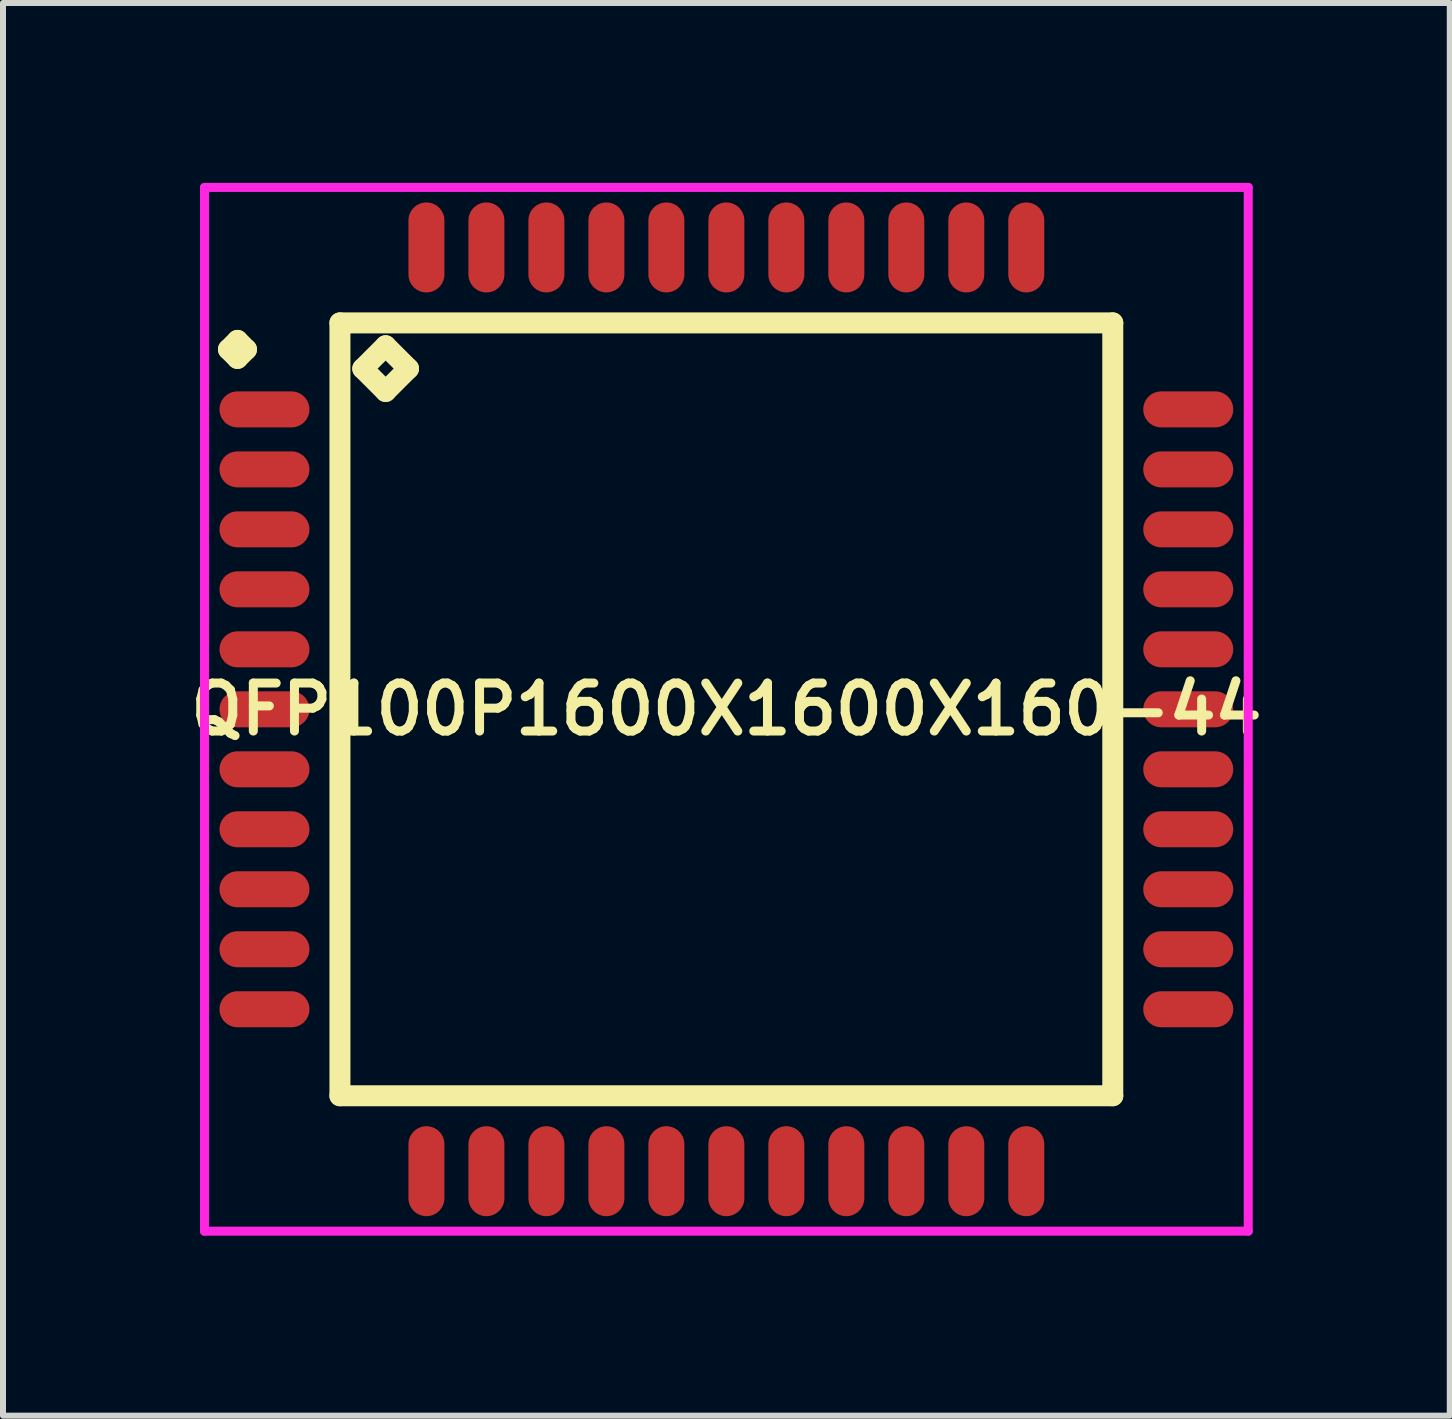
<source format=kicad_pcb>
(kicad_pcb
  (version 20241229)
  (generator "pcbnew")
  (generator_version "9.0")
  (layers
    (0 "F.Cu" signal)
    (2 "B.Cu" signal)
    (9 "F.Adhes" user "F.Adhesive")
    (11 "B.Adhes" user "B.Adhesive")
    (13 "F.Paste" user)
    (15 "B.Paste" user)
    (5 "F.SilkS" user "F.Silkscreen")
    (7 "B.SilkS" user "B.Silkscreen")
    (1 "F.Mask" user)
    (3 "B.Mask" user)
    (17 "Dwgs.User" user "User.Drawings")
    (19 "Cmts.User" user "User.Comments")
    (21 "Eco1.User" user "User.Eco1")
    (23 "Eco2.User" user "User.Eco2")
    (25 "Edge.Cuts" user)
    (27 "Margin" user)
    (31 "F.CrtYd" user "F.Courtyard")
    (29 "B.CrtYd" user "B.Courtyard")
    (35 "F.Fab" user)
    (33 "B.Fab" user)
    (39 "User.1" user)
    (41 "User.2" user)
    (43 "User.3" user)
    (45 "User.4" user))
  (footprint "QFP100P1600X1600X160-44"
    (layer "F.Cu")
    (at 9.059 8.775)
    (property "Reference" "QFP100P1600X1600X160-44" (at 0 0 0) (layer "F.SilkS") (effects (font (size 0.8 0.8) (thickness 0.15))))
    (attr smd)
    (fp_line (start -8.3 -6) (end -8.15 -6.15) (stroke (width 0.35) (type solid)) (layer "F.SilkS"))
    (fp_line (start -8.15 -6.15) (end -8 -6) (stroke (width 0.35) (type solid)) (layer "F.SilkS"))
    (fp_line (start -8.15 -5.85) (end -8.3 -6) (stroke (width 0.35) (type solid)) (layer "F.SilkS"))
    (fp_line (start -8 -6) (end -8.15 -5.85) (stroke (width 0.35) (type solid)) (layer "F.SilkS"))
    (fp_line (start -6.442 -6.442) (end -6.442 6.442) (stroke (width 0.35) (type solid)) (layer "F.SilkS"))
    (fp_line (start -6.442 6.442) (end 6.442 6.442) (stroke (width 0.35) (type solid)) (layer "F.SilkS"))
    (fp_line (start -6.061 -5.68) (end -5.68 -6.061) (stroke (width 0.35) (type solid)) (layer "F.SilkS"))
    (fp_line (start -5.68 -6.061) (end -5.299 -5.68) (stroke (width 0.35) (type solid)) (layer "F.SilkS"))
    (fp_line (start -5.68 -5.299) (end -6.061 -5.68) (stroke (width 0.35) (type solid)) (layer "F.SilkS"))
    (fp_line (start -5.299 -5.68) (end -5.68 -5.299) (stroke (width 0.35) (type solid)) (layer "F.SilkS"))
    (fp_line (start 6.442 -6.442) (end -6.442 -6.442) (stroke (width 0.35) (type solid)) (layer "F.SilkS"))
    (fp_line (start 6.442 6.442) (end 6.442 -6.442) (stroke (width 0.35) (type solid)) (layer "F.SilkS"))
    (fp_line (start -8.7 -8.7) (end 8.7 -8.7) (stroke (width 0.15) (type solid)) (layer "F.CrtYd"))
    (fp_line (start -8.7 8.7) (end -8.7 -8.7) (stroke (width 0.15) (type solid)) (layer "F.CrtYd"))
    (fp_line (start 8.7 -8.7) (end 8.7 8.7) (stroke (width 0.15) (type solid)) (layer "F.CrtYd"))
    (fp_line (start 8.7 8.7) (end -8.7 8.7) (stroke (width 0.15) (type solid)) (layer "F.CrtYd"))
    (pad "1" smd oval (at -7.7 -5) (size 1.5 0.6) (layers "F.Cu" "F.Mask" "F.Paste"))
    (pad "2" smd oval (at -7.7 -4) (size 1.5 0.6) (layers "F.Cu" "F.Mask" "F.Paste"))
    (pad "3" smd oval (at -7.7 -3) (size 1.5 0.6) (layers "F.Cu" "F.Mask" "F.Paste"))
    (pad "4" smd oval (at -7.7 -2) (size 1.5 0.6) (layers "F.Cu" "F.Mask" "F.Paste"))
    (pad "5" smd oval (at -7.7 -1) (size 1.5 0.6) (layers "F.Cu" "F.Mask" "F.Paste"))
    (pad "6" smd oval (at -7.7 0) (size 1.5 0.6) (layers "F.Cu" "F.Mask" "F.Paste"))
    (pad "7" smd oval (at -7.7 1) (size 1.5 0.6) (layers "F.Cu" "F.Mask" "F.Paste"))
    (pad "8" smd oval (at -7.7 2) (size 1.5 0.6) (layers "F.Cu" "F.Mask" "F.Paste"))
    (pad "9" smd oval (at -7.7 3) (size 1.5 0.6) (layers "F.Cu" "F.Mask" "F.Paste"))
    (pad "10" smd oval (at -7.7 4) (size 1.5 0.6) (layers "F.Cu" "F.Mask" "F.Paste"))
    (pad "11" smd oval (at -7.7 5) (size 1.5 0.6) (layers "F.Cu" "F.Mask" "F.Paste"))
    (pad "12" smd oval (at -5 7.7) (size 0.6 1.5) (layers "F.Cu" "F.Mask" "F.Paste"))
    (pad "13" smd oval (at -4 7.7) (size 0.6 1.5) (layers "F.Cu" "F.Mask" "F.Paste"))
    (pad "14" smd oval (at -3 7.7) (size 0.6 1.5) (layers "F.Cu" "F.Mask" "F.Paste"))
    (pad "15" smd oval (at -2 7.7) (size 0.6 1.5) (layers "F.Cu" "F.Mask" "F.Paste"))
    (pad "16" smd oval (at -1 7.7) (size 0.6 1.5) (layers "F.Cu" "F.Mask" "F.Paste"))
    (pad "17" smd oval (at 0 7.7) (size 0.6 1.5) (layers "F.Cu" "F.Mask" "F.Paste"))
    (pad "18" smd oval (at 1 7.7) (size 0.6 1.5) (layers "F.Cu" "F.Mask" "F.Paste"))
    (pad "19" smd oval (at 2 7.7) (size 0.6 1.5) (layers "F.Cu" "F.Mask" "F.Paste"))
    (pad "20" smd oval (at 3 7.7) (size 0.6 1.5) (layers "F.Cu" "F.Mask" "F.Paste"))
    (pad "21" smd oval (at 4 7.7) (size 0.6 1.5) (layers "F.Cu" "F.Mask" "F.Paste"))
    (pad "22" smd oval (at 5 7.7) (size 0.6 1.5) (layers "F.Cu" "F.Mask" "F.Paste"))
    (pad "23" smd oval (at 7.7 5) (size 1.5 0.6) (layers "F.Cu" "F.Mask" "F.Paste"))
    (pad "24" smd oval (at 7.7 4) (size 1.5 0.6) (layers "F.Cu" "F.Mask" "F.Paste"))
    (pad "25" smd oval (at 7.7 3) (size 1.5 0.6) (layers "F.Cu" "F.Mask" "F.Paste"))
    (pad "26" smd oval (at 7.7 2) (size 1.5 0.6) (layers "F.Cu" "F.Mask" "F.Paste"))
    (pad "27" smd oval (at 7.7 1) (size 1.5 0.6) (layers "F.Cu" "F.Mask" "F.Paste"))
    (pad "28" smd oval (at 7.7 0) (size 1.5 0.6) (layers "F.Cu" "F.Mask" "F.Paste"))
    (pad "29" smd oval (at 7.7 -1) (size 1.5 0.6) (layers "F.Cu" "F.Mask" "F.Paste"))
    (pad "30" smd oval (at 7.7 -2) (size 1.5 0.6) (layers "F.Cu" "F.Mask" "F.Paste"))
    (pad "31" smd oval (at 7.7 -3) (size 1.5 0.6) (layers "F.Cu" "F.Mask" "F.Paste"))
    (pad "32" smd oval (at 7.7 -4) (size 1.5 0.6) (layers "F.Cu" "F.Mask" "F.Paste"))
    (pad "33" smd oval (at 7.7 -5) (size 1.5 0.6) (layers "F.Cu" "F.Mask" "F.Paste"))
    (pad "34" smd oval (at 5 -7.7) (size 0.6 1.5) (layers "F.Cu" "F.Mask" "F.Paste"))
    (pad "35" smd oval (at 4 -7.7) (size 0.6 1.5) (layers "F.Cu" "F.Mask" "F.Paste"))
    (pad "36" smd oval (at 3 -7.7) (size 0.6 1.5) (layers "F.Cu" "F.Mask" "F.Paste"))
    (pad "37" smd oval (at 2 -7.7) (size 0.6 1.5) (layers "F.Cu" "F.Mask" "F.Paste"))
    (pad "38" smd oval (at 1 -7.7) (size 0.6 1.5) (layers "F.Cu" "F.Mask" "F.Paste"))
    (pad "39" smd oval (at 0 -7.7) (size 0.6 1.5) (layers "F.Cu" "F.Mask" "F.Paste"))
    (pad "40" smd oval (at -1 -7.7) (size 0.6 1.5) (layers "F.Cu" "F.Mask" "F.Paste"))
    (pad "41" smd oval (at -2 -7.7) (size 0.6 1.5) (layers "F.Cu" "F.Mask" "F.Paste"))
    (pad "42" smd oval (at -3 -7.7) (size 0.6 1.5) (layers "F.Cu" "F.Mask" "F.Paste"))
    (pad "43" smd oval (at -4 -7.7) (size 0.6 1.5) (layers "F.Cu" "F.Mask" "F.Paste"))
    (pad "44" smd oval (at -5 -7.7) (size 0.6 1.5) (layers "F.Cu" "F.Mask" "F.Paste")))
  (gr_rect
    (start -3 -3)
    (end 21.119 20.55)
    (stroke (width 0.1) (type default))
    (fill no)
    (layer "Edge.Cuts")))
</source>
